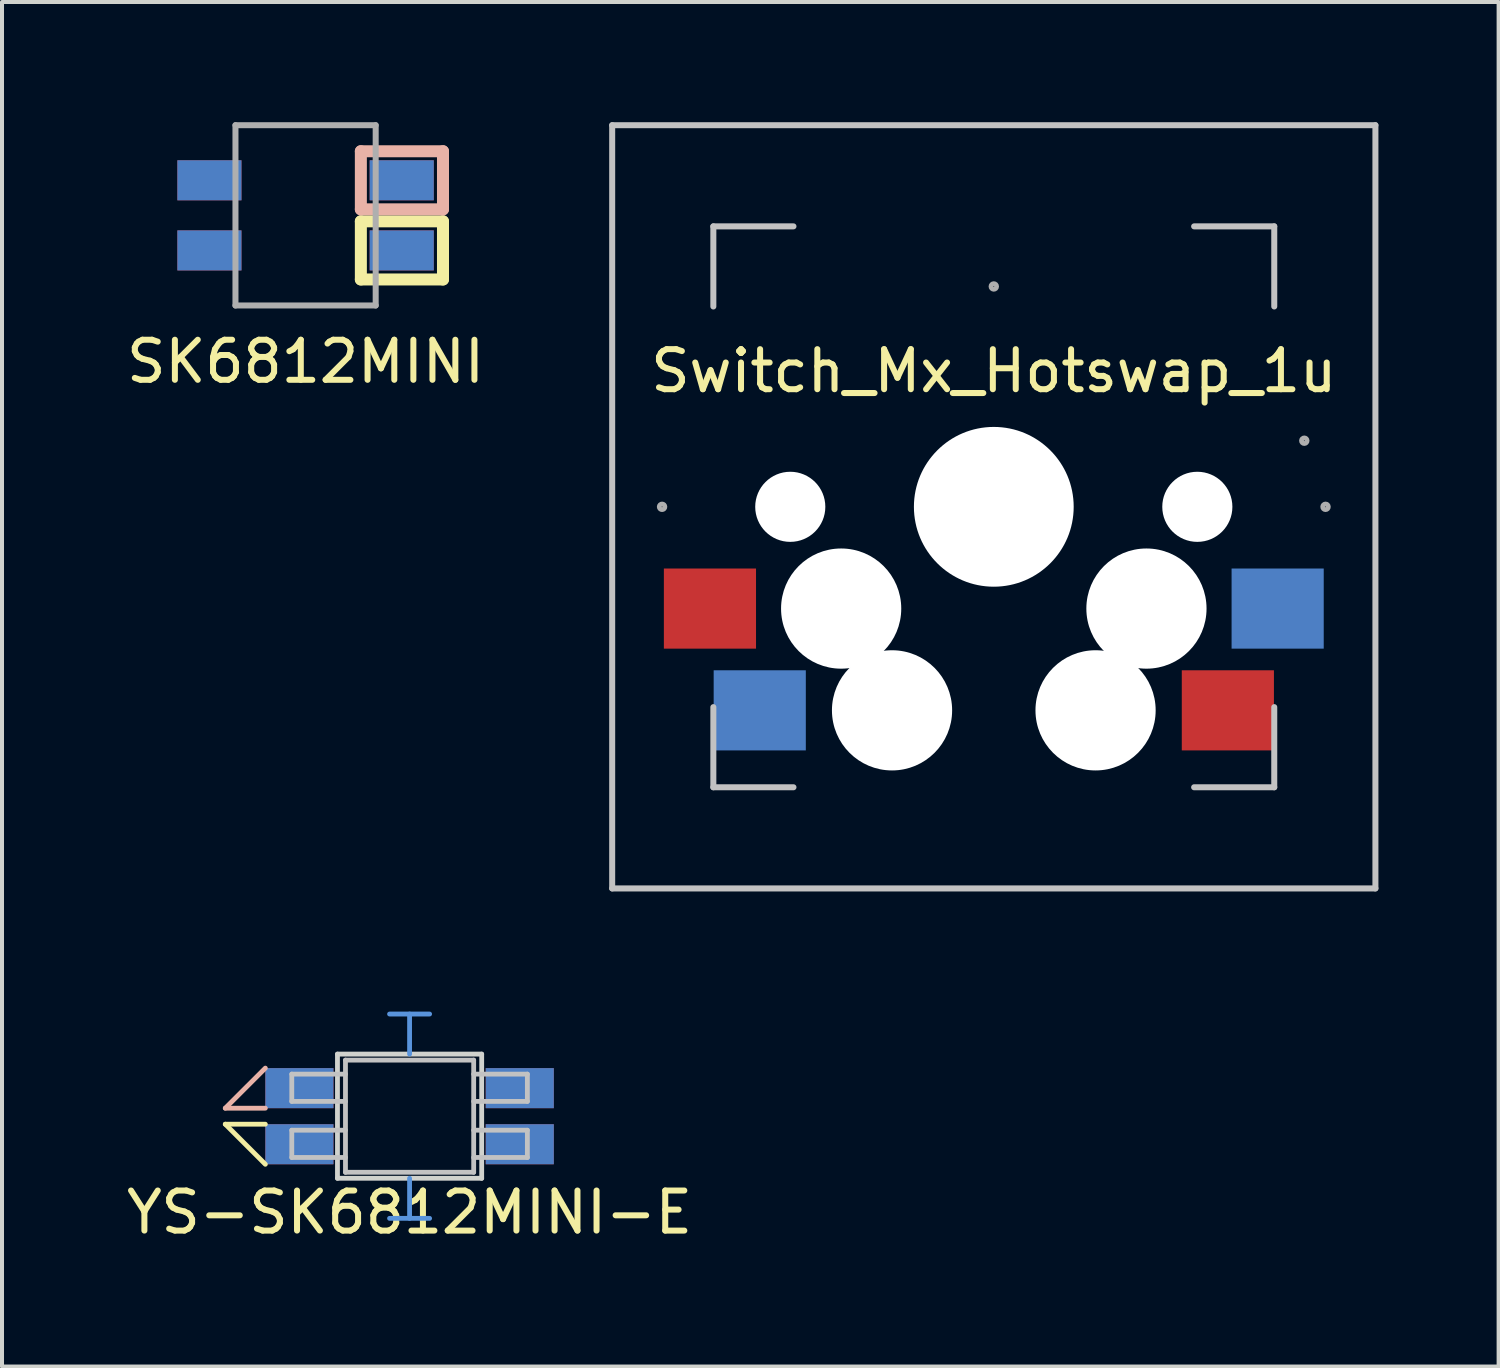
<source format=kicad_pcb>
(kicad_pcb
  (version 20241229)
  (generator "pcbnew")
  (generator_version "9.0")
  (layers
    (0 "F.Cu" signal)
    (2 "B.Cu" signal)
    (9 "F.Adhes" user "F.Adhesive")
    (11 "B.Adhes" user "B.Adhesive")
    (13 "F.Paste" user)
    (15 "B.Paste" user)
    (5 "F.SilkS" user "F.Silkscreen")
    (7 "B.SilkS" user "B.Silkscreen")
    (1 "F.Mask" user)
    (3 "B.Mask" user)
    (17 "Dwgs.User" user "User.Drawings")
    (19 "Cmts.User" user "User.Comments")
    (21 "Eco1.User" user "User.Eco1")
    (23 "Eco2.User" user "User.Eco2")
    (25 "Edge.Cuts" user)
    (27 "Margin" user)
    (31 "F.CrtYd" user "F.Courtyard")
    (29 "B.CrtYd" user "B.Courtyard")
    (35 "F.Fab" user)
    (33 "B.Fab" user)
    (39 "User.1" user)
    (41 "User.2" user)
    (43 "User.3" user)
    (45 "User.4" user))
  (footprint "Switch_Mx_Hotswap_1u"
    (layer "F.Cu")
    (at 21.755 9.6)
    (property "Reference" "Switch_Mx_Hotswap_1u" (at 0 -3.39 180) (layer "F.SilkS") (effects (font (size 1 1) (thickness 0.15))))
    (attr through_hole)
    (fp_line (start -9.525 -9.525) (end 9.525 -9.525) (stroke (width 0.15) (type solid)) (layer "Dwgs.User"))
    (fp_line (start -9.525 9.525) (end -9.525 -9.525) (stroke (width 0.15) (type solid)) (layer "Dwgs.User"))
    (fp_line (start -7 -7) (end -5 -7) (stroke (width 0.15) (type solid)) (layer "Dwgs.User"))
    (fp_line (start -7 -5) (end -7 -7) (stroke (width 0.15) (type solid)) (layer "Dwgs.User"))
    (fp_line (start -7 7) (end -7 5) (stroke (width 0.15) (type solid)) (layer "Dwgs.User"))
    (fp_line (start -5 7) (end -7 7) (stroke (width 0.15) (type solid)) (layer "Dwgs.User"))
    (fp_line (start 5 -7) (end 7 -7) (stroke (width 0.15) (type solid)) (layer "Dwgs.User"))
    (fp_line (start 5 7) (end 7 7) (stroke (width 0.15) (type solid)) (layer "Dwgs.User"))
    (fp_line (start 7 -7) (end 7 -5) (stroke (width 0.15) (type solid)) (layer "Dwgs.User"))
    (fp_line (start 7 7) (end 7 5) (stroke (width 0.15) (type solid)) (layer "Dwgs.User"))
    (fp_line (start 9.525 -9.525) (end 9.525 9.525) (stroke (width 0.15) (type solid)) (layer "Dwgs.User"))
    (fp_line (start 9.525 9.525) (end -9.525 9.525) (stroke (width 0.15) (type solid)) (layer "Dwgs.User"))
    (fp_circle (center -8.28 0) (end -8.28 -0.01) (stroke (width 0.12) (type solid)) (fill no) (layer "F.Fab"))
    (fp_circle (center 0 -5.5) (end 0 -5.51) (stroke (width 0.12) (type solid)) (fill no) (layer "F.Fab"))
    (fp_circle (center 7.75 -1.65) (end 7.75 -1.66) (stroke (width 0.12) (type solid)) (fill no) (layer "F.Fab"))
    (fp_circle (center 8.28 0) (end 8.28 -0.01) (stroke (width 0.12) (type solid)) (fill no) (layer "F.Fab"))
    (pad "" np_thru_hole circle (at -5.08 0 228.1) (size 1.75 1.75) (drill 1.75) (layers "*.Cu" "*.Mask"))
    (pad "" np_thru_hole circle (at -3.81 2.54 180) (size 3 3) (drill 3) (layers "*.Cu" "*.Mask"))
    (pad "" np_thru_hole circle (at -2.54 5.08 180) (size 3 3) (drill 3) (layers "*.Cu" "*.Mask"))
    (pad "" np_thru_hole circle (at 0 0 180) (size 3.988 3.988) (drill 3.988) (layers "*.Cu" "*.Mask"))
    (pad "" np_thru_hole circle (at 2.54 5.08 180) (size 3 3) (drill 3) (layers "*.Cu" "*.Mask"))
    (pad "" np_thru_hole circle (at 3.81 2.54 180) (size 3 3) (drill 3) (layers "*.Cu" "*.Mask"))
    (pad "" np_thru_hole circle (at 5.08 0 228.1) (size 1.75 1.75) (drill 1.75) (layers "*.Cu" "*.Mask"))
    (pad "1" smd rect (at -7.085 2.54 180) (size 2.3 2) (layers "F.Cu" "F.Mask" "F.Paste"))
    (pad "1" smd rect (at 7.085 2.54 180) (size 2.3 2) (layers "B.Cu" "B.Mask" "B.Paste"))
    (pad "2" smd rect (at -5.842 5.08 180) (size 2.3 2) (layers "B.Cu" "B.Mask" "B.Paste"))
    (pad "2" smd rect (at 5.842 5.08 180) (size 2.3 2) (layers "F.Cu" "F.Mask" "F.Paste")))
  (footprint "SK6812MINI"
    (layer "F.Cu")
    (at 4.577 2.325)
    (property "Reference" "SK6812MINI" (at 0 3.65 0) (layer "F.SilkS") (effects (font (size 1 1) (thickness 0.15))))
    (attr through_hole)
    (fp_line (start 1.38 0.15) (end 3.43 0.15) (stroke (width 0.3) (type solid)) (layer "F.SilkS"))
    (fp_line (start 1.38 1.6) (end 1.38 0.15) (stroke (width 0.3) (type solid)) (layer "F.SilkS"))
    (fp_line (start 3.43 0.15) (end 3.43 1.6) (stroke (width 0.3) (type solid)) (layer "F.SilkS"))
    (fp_line (start 3.43 1.6) (end 1.38 1.6) (stroke (width 0.3) (type solid)) (layer "F.SilkS"))
    (fp_line (start 1.38 -1.6) (end 3.43 -1.6) (stroke (width 0.3) (type solid)) (layer "B.SilkS"))
    (fp_line (start 1.38 -0.15) (end 1.38 -1.6) (stroke (width 0.3) (type solid)) (layer "B.SilkS"))
    (fp_line (start 3.43 -1.6) (end 3.43 -0.15) (stroke (width 0.3) (type solid)) (layer "B.SilkS"))
    (fp_line (start 3.43 -0.15) (end 1.38 -0.15) (stroke (width 0.3) (type solid)) (layer "B.SilkS"))
    (fp_line (start -1.75 -2.25) (end -1.75 2.25) (stroke (width 0.15) (type solid)) (layer "F.Fab"))
    (fp_line (start -1.75 -2.25) (end 1.75 -2.25) (stroke (width 0.15) (type solid)) (layer "F.Fab"))
    (fp_line (start 1.75 -2.25) (end 1.75 2.25) (stroke (width 0.15) (type solid)) (layer "F.Fab"))
    (fp_line (start 1.75 2.25) (end -1.75 2.25) (stroke (width 0.15) (type solid)) (layer "F.Fab"))
    (pad "1" smd rect (at -2.4 -0.875) (size 1.6 1) (layers "B.Cu" "B.Mask" "B.Paste"))
    (pad "1" smd rect (at -2.4 0.875) (size 1.6 1) (layers "F.Cu" "F.Mask" "F.Paste"))
    (pad "2" smd rect (at -2.4 -0.875) (size 1.6 1) (layers "F.Cu" "F.Mask" "F.Paste"))
    (pad "2" smd rect (at -2.4 0.875) (size 1.6 1) (layers "B.Cu" "B.Mask" "B.Paste"))
    (pad "3" smd rect (at 2.4 -0.875) (size 1.6 1) (layers "F.Cu" "F.Mask" "F.Paste"))
    (pad "3" smd rect (at 2.4 0.875) (size 1.6 1) (layers "B.Cu" "B.Mask" "B.Paste"))
    (pad "4" smd rect (at 2.4 -0.875) (size 1.6 1) (layers "B.Cu" "B.Mask" "B.Paste"))
    (pad "4" smd rect (at 2.4 0.875) (size 1.6 1) (layers "F.Cu" "F.Mask" "F.Paste")))
  (footprint "YS-SK6812MINI-E"
    (layer "F.Cu")
    (at 7.173 24.81)
    (property "Reference" "YS-SK6812MINI-E" (at 0 2.4 0) (layer "F.SilkS") (effects (font (size 1 1) (thickness 0.15))))
    (attr through_hole)
    (fp_line (start -4.6 0.2) (end -3.6 1.2) (stroke (width 0.12) (type solid)) (layer "F.SilkS"))
    (fp_line (start -3.6 0.2) (end -4.6 0.2) (stroke (width 0.12) (type solid)) (layer "F.SilkS"))
    (fp_line (start -4.6 -0.2) (end -3.6 -1.2) (stroke (width 0.12) (type solid)) (layer "B.SilkS"))
    (fp_line (start -3.6 -0.2) (end -4.6 -0.2) (stroke (width 0.12) (type solid)) (layer "B.SilkS"))
    (fp_line (start -2.94 -1.05) (end -2.94 -0.37) (stroke (width 0.12) (type solid)) (layer "Dwgs.User"))
    (fp_line (start -2.94 -0.37) (end -1.6 -0.37) (stroke (width 0.12) (type solid)) (layer "Dwgs.User"))
    (fp_line (start -2.94 0.35) (end -2.94 1.03) (stroke (width 0.12) (type solid)) (layer "Dwgs.User"))
    (fp_line (start -2.94 1.03) (end -1.6 1.03) (stroke (width 0.12) (type solid)) (layer "Dwgs.User"))
    (fp_line (start -1.6 -1.4) (end -1.6 1.4) (stroke (width 0.12) (type solid)) (layer "Dwgs.User"))
    (fp_line (start -1.6 -1.4) (end 1.6 -1.4) (stroke (width 0.12) (type solid)) (layer "Dwgs.User"))
    (fp_line (start -1.6 -1.05) (end -2.94 -1.05) (stroke (width 0.12) (type solid)) (layer "Dwgs.User"))
    (fp_line (start -1.6 0.35) (end -2.94 0.35) (stroke (width 0.12) (type solid)) (layer "Dwgs.User"))
    (fp_line (start -1.6 1.4) (end 1.6 1.4) (stroke (width 0.12) (type solid)) (layer "Dwgs.User"))
    (fp_line (start 1.6 -1.4) (end 1.6 1.4) (stroke (width 0.12) (type solid)) (layer "Dwgs.User"))
    (fp_line (start 1.6 -0.37) (end 2.94 -0.37) (stroke (width 0.12) (type solid)) (layer "Dwgs.User"))
    (fp_line (start 1.6 1.03) (end 2.94 1.03) (stroke (width 0.12) (type solid)) (layer "Dwgs.User"))
    (fp_line (start 2.94 -1.05) (end 1.6 -1.05) (stroke (width 0.12) (type solid)) (layer "Dwgs.User"))
    (fp_line (start 2.94 -0.37) (end 2.94 -1.05) (stroke (width 0.12) (type solid)) (layer "Dwgs.User"))
    (fp_line (start 2.94 0.35) (end 1.6 0.35) (stroke (width 0.12) (type solid)) (layer "Dwgs.User"))
    (fp_line (start 2.94 1.03) (end 2.94 0.35) (stroke (width 0.12) (type solid)) (layer "Dwgs.User"))
    (fp_line (start -0.5 -2.55) (end 0.5 -2.55) (stroke (width 0.12) (type solid)) (layer "Cmts.User"))
    (fp_line (start 0 -1.55) (end 0 -2.55) (stroke (width 0.12) (type solid)) (layer "Cmts.User"))
    (fp_line (start 0 1.55) (end 0 2.55) (stroke (width 0.12) (type solid)) (layer "Cmts.User"))
    (fp_line (start 0.5 2.55) (end -0.5 2.55) (stroke (width 0.12) (type solid)) (layer "Cmts.User"))
    (fp_line (start -1.8 -1.55) (end -1.8 1.55) (stroke (width 0.12) (type solid)) (layer "Edge.Cuts"))
    (fp_line (start -1.8 1.55) (end 1.8 1.55) (stroke (width 0.12) (type solid)) (layer "Edge.Cuts"))
    (fp_line (start 1.8 -1.55) (end -1.8 -1.55) (stroke (width 0.12) (type solid)) (layer "Edge.Cuts"))
    (fp_line (start 1.8 1.55) (end 1.8 -1.55) (stroke (width 0.12) (type solid)) (layer "Edge.Cuts"))
    (pad "1" smd rect (at 2.75 -0.7) (size 1.7 1) (layers "F.Cu" "F.Mask" "F.Paste"))
    (pad "1" smd rect (at 2.75 0.7) (size 1.7 1) (layers "B.Cu" "B.Mask" "B.Paste"))
    (pad "2" smd rect (at 2.75 -0.7) (size 1.7 1) (layers "B.Cu" "B.Mask" "B.Paste"))
    (pad "2" smd rect (at 2.75 0.7) (size 1.7 1) (layers "F.Cu" "F.Mask" "F.Paste"))
    (pad "3" smd rect (at -2.75 -0.7) (size 1.7 1) (layers "B.Cu" "B.Mask" "B.Paste"))
    (pad "3" smd rect (at -2.75 0.7) (size 1.7 1) (layers "F.Cu" "F.Mask" "F.Paste"))
    (pad "4" smd rect (at -2.75 -0.7) (size 1.7 1) (layers "F.Cu" "F.Mask" "F.Paste"))
    (pad "4" smd rect (at -2.75 0.7) (size 1.7 1) (layers "B.Cu" "B.Mask" "B.Paste")))
  (gr_rect
    (start -3 -3)
    (end 34.355 31.058)
    (stroke (width 0.1) (type default))
    (fill no)
    (layer "Edge.Cuts")))
</source>
